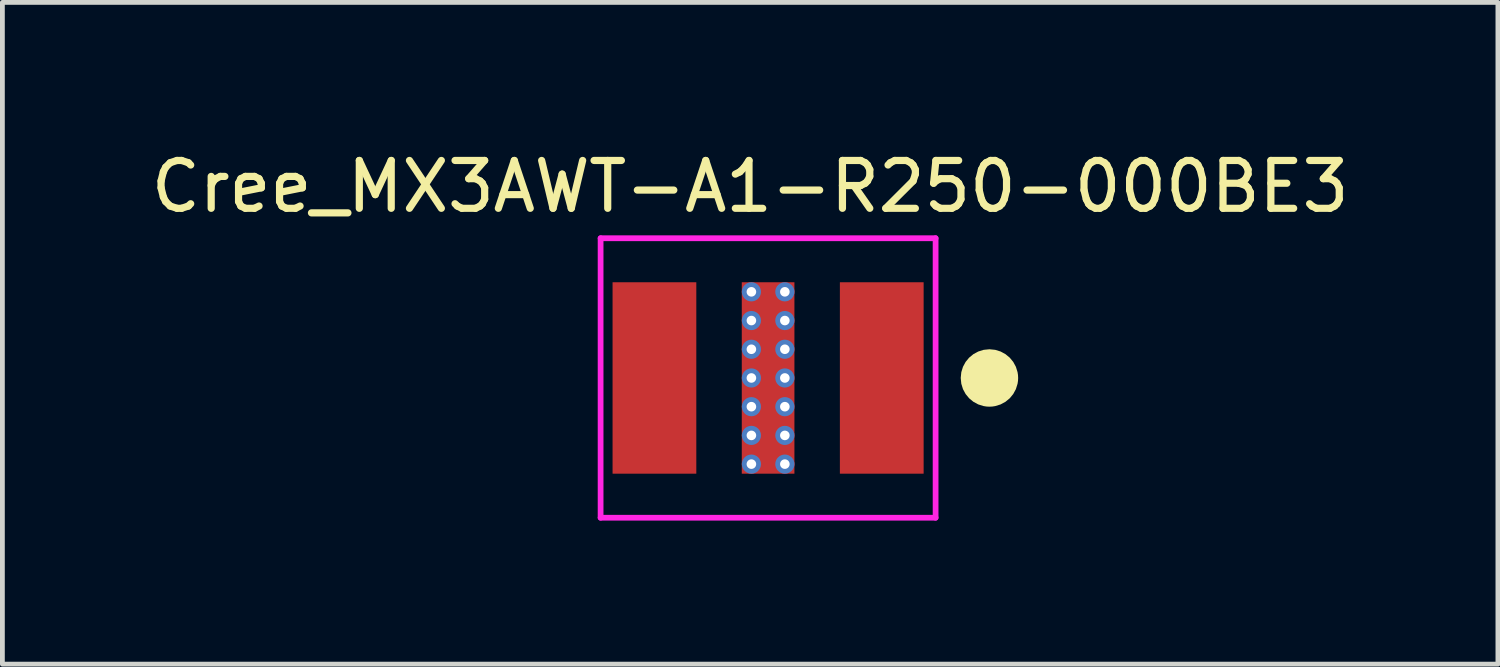
<source format=kicad_pcb>
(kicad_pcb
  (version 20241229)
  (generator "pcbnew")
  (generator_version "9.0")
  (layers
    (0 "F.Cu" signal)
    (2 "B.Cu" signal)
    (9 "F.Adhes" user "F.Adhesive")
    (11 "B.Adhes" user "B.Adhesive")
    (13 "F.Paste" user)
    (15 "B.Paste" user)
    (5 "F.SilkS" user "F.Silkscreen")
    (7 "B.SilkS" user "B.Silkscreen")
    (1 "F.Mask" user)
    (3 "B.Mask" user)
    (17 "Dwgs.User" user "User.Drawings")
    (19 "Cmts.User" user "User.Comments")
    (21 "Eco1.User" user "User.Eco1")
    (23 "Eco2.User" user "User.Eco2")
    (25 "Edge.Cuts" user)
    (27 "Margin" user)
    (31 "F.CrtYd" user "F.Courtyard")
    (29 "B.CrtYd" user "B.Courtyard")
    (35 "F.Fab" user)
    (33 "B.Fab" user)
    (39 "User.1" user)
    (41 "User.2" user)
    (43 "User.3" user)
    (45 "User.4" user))
  (footprint "Cree_MX3AWT-A1-R250-000BE3"
    (layer "F.Cu")
    (at 13 4.848)
    (property "Reference" "Cree_MX3AWT-A1-R250-000BE3" (at -0.375 -4 0) (layer "F.SilkS") (effects (font (size 1 1) (thickness 0.15))))
    (attr through_hole)
    (fp_circle (center 4.625 0) (end 4.925 0) (stroke (width 0.6) (type solid)) (fill no) (layer "F.SilkS"))
    (fp_line (start -3.5 -2.92) (end -3.5 2.92) (stroke (width 0.12) (type solid)) (layer "F.CrtYd"))
    (fp_line (start -3.5 -2.92) (end 3.5 -2.92) (stroke (width 0.12) (type solid)) (layer "F.CrtYd"))
    (fp_line (start -3.5 2.92) (end 3.5 2.92) (stroke (width 0.12) (type solid)) (layer "F.CrtYd"))
    (fp_line (start 3.5 -2.92) (end 3.5 2.92) (stroke (width 0.12) (type solid)) (layer "F.CrtYd"))
    (pad "65" thru_hole circle (at -0.349 -1.8) (size 0.4 0.4) (drill 0.2) (layers "*.Cu" "B.Mask"))
    (pad "65" thru_hole circle (at -0.349 -1.2) (size 0.4 0.4) (drill 0.2) (layers "*.Cu" "B.Mask"))
    (pad "65" thru_hole circle (at -0.349 -0.6) (size 0.4 0.4) (drill 0.2) (layers "*.Cu" "B.Mask"))
    (pad "65" thru_hole circle (at -0.349 0) (size 0.4 0.4) (drill 0.2) (layers "*.Cu" "B.Mask"))
    (pad "65" thru_hole circle (at -0.349 0.6) (size 0.4 0.4) (drill 0.2) (layers "*.Cu" "B.Mask"))
    (pad "65" thru_hole circle (at -0.349 1.2) (size 0.4 0.4) (drill 0.2) (layers "*.Cu" "B.Mask"))
    (pad "65" thru_hole circle (at -0.349 1.8) (size 0.4 0.4) (drill 0.2) (layers "*.Cu" "B.Mask"))
    (pad "65" smd rect (at 0 0) (size 1.1 4) (layers "F.Cu" "F.Mask" "F.Paste"))
    (pad "65" thru_hole circle (at 0.35 -1.8) (size 0.4 0.4) (drill 0.2) (layers "*.Cu" "B.Mask"))
    (pad "65" thru_hole circle (at 0.35 -1.2) (size 0.4 0.4) (drill 0.2) (layers "*.Cu" "B.Mask"))
    (pad "65" thru_hole circle (at 0.35 -0.6) (size 0.4 0.4) (drill 0.2) (layers "*.Cu" "B.Mask"))
    (pad "65" thru_hole circle (at 0.35 0) (size 0.4 0.4) (drill 0.2) (layers "*.Cu" "B.Mask"))
    (pad "65" thru_hole circle (at 0.35 0.6) (size 0.4 0.4) (drill 0.2) (layers "*.Cu" "B.Mask"))
    (pad "65" thru_hole circle (at 0.35 1.2) (size 0.4 0.4) (drill 0.2) (layers "*.Cu" "B.Mask"))
    (pad "65" thru_hole circle (at 0.35 1.8) (size 0.4 0.4) (drill 0.2) (layers "*.Cu" "B.Mask"))
    (pad "A" smd rect (at -2.375 0) (size 1.75 4) (layers "F.Cu" "F.Mask" "F.Paste"))
    (pad "C" smd rect (at 2.375 0) (size 1.75 4) (layers "F.Cu" "F.Mask" "F.Paste")))
  (gr_rect
    (start -3 -3)
    (end 28.25 10.828)
    (stroke (width 0.1) (type default))
    (fill no)
    (layer "Edge.Cuts")))
</source>
